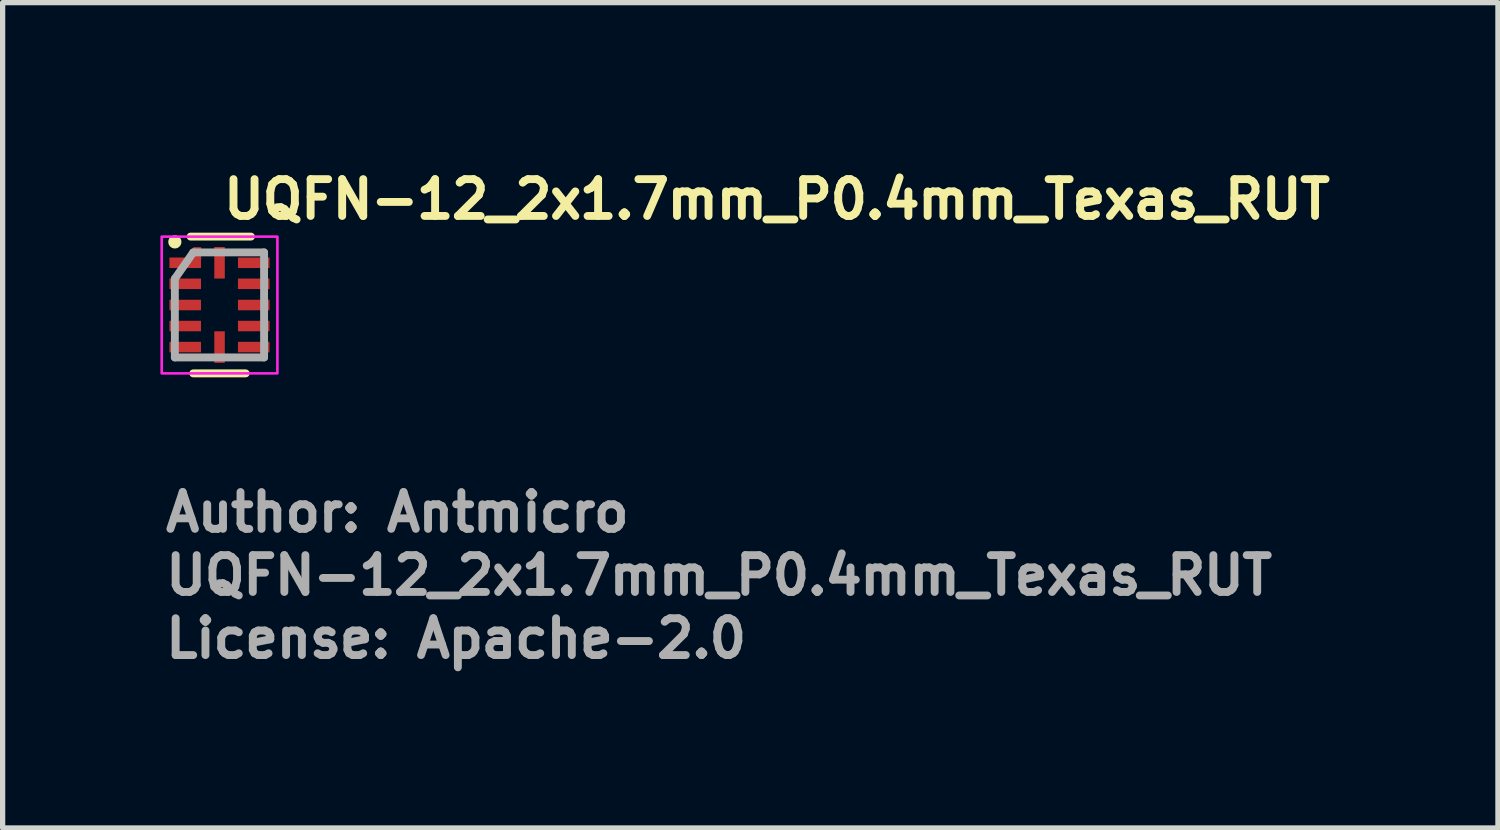
<source format=kicad_pcb>
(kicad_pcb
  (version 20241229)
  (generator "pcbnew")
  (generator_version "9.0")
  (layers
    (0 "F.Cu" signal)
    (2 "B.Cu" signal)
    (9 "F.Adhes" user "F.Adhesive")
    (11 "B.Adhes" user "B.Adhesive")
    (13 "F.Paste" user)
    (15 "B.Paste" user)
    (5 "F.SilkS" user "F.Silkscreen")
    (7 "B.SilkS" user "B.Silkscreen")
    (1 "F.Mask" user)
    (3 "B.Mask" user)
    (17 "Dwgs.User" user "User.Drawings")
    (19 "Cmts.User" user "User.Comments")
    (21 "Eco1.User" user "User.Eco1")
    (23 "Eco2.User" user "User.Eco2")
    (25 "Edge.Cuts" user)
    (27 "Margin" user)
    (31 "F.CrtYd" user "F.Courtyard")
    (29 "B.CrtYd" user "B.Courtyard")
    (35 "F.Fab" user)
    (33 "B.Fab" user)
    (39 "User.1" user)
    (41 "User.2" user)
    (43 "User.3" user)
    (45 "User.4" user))
  (footprint "UQFN-12_2x1.7mm_P0.4mm_Texas_RUT"
    (layer "F.Cu")
    (at 1.125 2.75)
    (property "Reference" "UQFN-12_2x1.7mm_P0.4mm_Texas_RUT" (at 0 -1.6 0) (layer "F.SilkS") (effects (font (size 0.7 0.7) (thickness 0.15)) (justify left bottom)))
    (attr smd)
    (fp_line (start 0.497 1.3) (end -0.5 1.3) (stroke (width 0.15) (type solid)) (layer "F.SilkS"))
    (fp_line (start 0.597 -1.301) (end -0.55 -1.301) (stroke (width 0.15) (type solid)) (layer "F.SilkS"))
    (fp_circle (center -0.85 -1.2) (end -0.8 -1.2) (stroke (width 0.15) (type solid)) (fill yes) (layer "F.SilkS"))
    (fp_rect (start -1.1 -1.3) (end 1.1 1.3) (stroke (width 0.05) (type solid)) (fill no) (layer "F.CrtYd"))
    (fp_line (start -0.85 0.997) (end -0.85 -0.5) (stroke (width 0.15) (type solid)) (layer "F.Fab"))
    (fp_line (start -0.5 -1) (end -0.85 -0.5) (stroke (width 0.15) (type solid)) (layer "F.Fab"))
    (fp_line (start -0.5 -1) (end 0.847 -1) (stroke (width 0.15) (type solid)) (layer "F.Fab"))
    (fp_line (start 0.847 -1) (end 0.847 0.997) (stroke (width 0.15) (type solid)) (layer "F.Fab"))
    (fp_line (start 0.847 0.997) (end -0.85 0.997) (stroke (width 0.15) (type solid)) (layer "F.Fab"))
    (fp_rect (start -0.85 -1) (end 0.848 0.998) (stroke (width 0.1) (type solid)) (fill no) (layer "User.5"))
    (fp_line (start -0.85 -0.902) (end -0.85 -0.701) (stroke (width 0.02) (type solid)) (layer "User.9"))
    (fp_line (start -0.85 -0.701) (end -0.84 -0.701) (stroke (width 0.02) (type solid)) (layer "User.9"))
    (fp_line (start -0.85 -0.5) (end -0.85 -0.3) (stroke (width 0.02) (type solid)) (layer "User.9"))
    (fp_line (start -0.85 -0.3) (end -0.84 -0.3) (stroke (width 0.02) (type solid)) (layer "User.9"))
    (fp_line (start -0.85 -0.102) (end -0.85 0.1) (stroke (width 0.02) (type solid)) (layer "User.9"))
    (fp_line (start -0.85 0.1) (end -0.84 0.1) (stroke (width 0.02) (type solid)) (layer "User.9"))
    (fp_line (start -0.85 0.298) (end -0.85 0.498) (stroke (width 0.02) (type solid)) (layer "User.9"))
    (fp_line (start -0.85 0.498) (end -0.84 0.498) (stroke (width 0.02) (type solid)) (layer "User.9"))
    (fp_line (start -0.85 0.699) (end -0.85 0.9) (stroke (width 0.02) (type solid)) (layer "User.9"))
    (fp_line (start -0.85 0.9) (end -0.84 0.9) (stroke (width 0.02) (type solid)) (layer "User.9"))
    (fp_line (start -0.84 -0.99) (end -0.84 0.988) (stroke (width 0.02) (type solid)) (layer "User.9"))
    (fp_line (start -0.84 -0.99) (end 0.838 -0.99) (stroke (width 0.02) (type solid)) (layer "User.9"))
    (fp_line (start -0.84 -0.902) (end -0.85 -0.902) (stroke (width 0.02) (type solid)) (layer "User.9"))
    (fp_line (start -0.84 -0.5) (end -0.85 -0.5) (stroke (width 0.02) (type solid)) (layer "User.9"))
    (fp_line (start -0.84 -0.102) (end -0.85 -0.102) (stroke (width 0.02) (type solid)) (layer "User.9"))
    (fp_line (start -0.84 0.298) (end -0.85 0.298) (stroke (width 0.02) (type solid)) (layer "User.9"))
    (fp_line (start -0.84 0.699) (end -0.85 0.699) (stroke (width 0.02) (type solid)) (layer "User.9"))
    (fp_line (start -0.84 0.988) (end 0.838 0.988) (stroke (width 0.02) (type solid)) (layer "User.9"))
    (fp_line (start -0.652 -0.652) (end -0.652 -0.652) (stroke (width 0.02) (type solid)) (layer "User.9"))
    (fp_line (start -0.652 -0.652) (end -0.651 -0.644) (stroke (width 0.02) (type solid)) (layer "User.9"))
    (fp_line (start -0.651 -0.667) (end -0.651 -0.659) (stroke (width 0.02) (type solid)) (layer "User.9"))
    (fp_line (start -0.651 -0.659) (end -0.652 -0.652) (stroke (width 0.02) (type solid)) (layer "User.9"))
    (fp_line (start -0.651 -0.644) (end -0.651 -0.635) (stroke (width 0.02) (type solid)) (layer "User.9"))
    (fp_line (start -0.651 -0.635) (end -0.65 -0.628) (stroke (width 0.02) (type solid)) (layer "User.9"))
    (fp_line (start -0.65 -0.674) (end -0.651 -0.667) (stroke (width 0.02) (type solid)) (layer "User.9"))
    (fp_line (start -0.65 -0.628) (end -0.648 -0.62) (stroke (width 0.02) (type solid)) (layer "User.9"))
    (fp_line (start -0.648 -0.682) (end -0.65 -0.674) (stroke (width 0.02) (type solid)) (layer "User.9"))
    (fp_line (start -0.648 -0.62) (end -0.647 -0.613) (stroke (width 0.02) (type solid)) (layer "User.9"))
    (fp_line (start -0.647 -0.689) (end -0.648 -0.682) (stroke (width 0.02) (type solid)) (layer "User.9"))
    (fp_line (start -0.647 -0.613) (end -0.645 -0.606) (stroke (width 0.02) (type solid)) (layer "User.9"))
    (fp_line (start -0.645 -0.696) (end -0.647 -0.689) (stroke (width 0.02) (type solid)) (layer "User.9"))
    (fp_line (start -0.645 -0.606) (end -0.642 -0.599) (stroke (width 0.02) (type solid)) (layer "User.9"))
    (fp_line (start -0.642 -0.703) (end -0.645 -0.696) (stroke (width 0.02) (type solid)) (layer "User.9"))
    (fp_line (start -0.642 -0.599) (end -0.639 -0.592) (stroke (width 0.02) (type solid)) (layer "User.9"))
    (fp_line (start -0.639 -0.709) (end -0.642 -0.703) (stroke (width 0.02) (type solid)) (layer "User.9"))
    (fp_line (start -0.639 -0.592) (end -0.636 -0.585) (stroke (width 0.02) (type solid)) (layer "User.9"))
    (fp_line (start -0.636 -0.716) (end -0.639 -0.709) (stroke (width 0.02) (type solid)) (layer "User.9"))
    (fp_line (start -0.636 -0.585) (end -0.632 -0.579) (stroke (width 0.02) (type solid)) (layer "User.9"))
    (fp_line (start -0.632 -0.722) (end -0.636 -0.716) (stroke (width 0.02) (type solid)) (layer "User.9"))
    (fp_line (start -0.632 -0.579) (end -0.629 -0.574) (stroke (width 0.02) (type solid)) (layer "User.9"))
    (fp_line (start -0.629 -0.728) (end -0.632 -0.722) (stroke (width 0.02) (type solid)) (layer "User.9"))
    (fp_line (start -0.629 -0.574) (end -0.625 -0.568) (stroke (width 0.02) (type solid)) (layer "User.9"))
    (fp_line (start -0.625 -0.734) (end -0.629 -0.728) (stroke (width 0.02) (type solid)) (layer "User.9"))
    (fp_line (start -0.625 -0.568) (end -0.621 -0.562) (stroke (width 0.02) (type solid)) (layer "User.9"))
    (fp_line (start -0.621 -0.74) (end -0.625 -0.734) (stroke (width 0.02) (type solid)) (layer "User.9"))
    (fp_line (start -0.621 -0.562) (end -0.616 -0.556) (stroke (width 0.02) (type solid)) (layer "User.9"))
    (fp_line (start -0.616 -0.746) (end -0.621 -0.74) (stroke (width 0.02) (type solid)) (layer "User.9"))
    (fp_line (start -0.616 -0.556) (end -0.612 -0.551) (stroke (width 0.02) (type solid)) (layer "User.9"))
    (fp_line (start -0.612 -0.751) (end -0.616 -0.746) (stroke (width 0.02) (type solid)) (layer "User.9"))
    (fp_line (start -0.612 -0.551) (end -0.607 -0.545) (stroke (width 0.02) (type solid)) (layer "User.9"))
    (fp_line (start -0.607 -0.757) (end -0.612 -0.751) (stroke (width 0.02) (type solid)) (layer "User.9"))
    (fp_line (start -0.607 -0.545) (end -0.601 -0.54) (stroke (width 0.02) (type solid)) (layer "User.9"))
    (fp_line (start -0.601 -0.762) (end -0.607 -0.757) (stroke (width 0.02) (type solid)) (layer "User.9"))
    (fp_line (start -0.601 -0.54) (end -0.596 -0.536) (stroke (width 0.02) (type solid)) (layer "User.9"))
    (fp_line (start -0.596 -0.766) (end -0.601 -0.762) (stroke (width 0.02) (type solid)) (layer "User.9"))
    (fp_line (start -0.596 -0.536) (end -0.59 -0.531) (stroke (width 0.02) (type solid)) (layer "User.9"))
    (fp_line (start -0.59 -0.772) (end -0.596 -0.766) (stroke (width 0.02) (type solid)) (layer "User.9"))
    (fp_line (start -0.59 -0.531) (end -0.584 -0.527) (stroke (width 0.02) (type solid)) (layer "User.9"))
    (fp_line (start -0.584 -0.776) (end -0.59 -0.772) (stroke (width 0.02) (type solid)) (layer "User.9"))
    (fp_line (start -0.584 -0.527) (end -0.578 -0.523) (stroke (width 0.02) (type solid)) (layer "User.9"))
    (fp_line (start -0.578 -0.78) (end -0.584 -0.776) (stroke (width 0.02) (type solid)) (layer "User.9"))
    (fp_line (start -0.578 -0.523) (end -0.573 -0.52) (stroke (width 0.02) (type solid)) (layer "User.9"))
    (fp_line (start -0.573 -0.783) (end -0.578 -0.78) (stroke (width 0.02) (type solid)) (layer "User.9"))
    (fp_line (start -0.573 -0.52) (end -0.567 -0.516) (stroke (width 0.02) (type solid)) (layer "User.9"))
    (fp_line (start -0.567 -0.787) (end -0.573 -0.783) (stroke (width 0.02) (type solid)) (layer "User.9"))
    (fp_line (start -0.567 -0.516) (end -0.56 -0.512) (stroke (width 0.02) (type solid)) (layer "User.9"))
    (fp_line (start -0.56 -0.79) (end -0.567 -0.787) (stroke (width 0.02) (type solid)) (layer "User.9"))
    (fp_line (start -0.56 -0.512) (end -0.553 -0.51) (stroke (width 0.02) (type solid)) (layer "User.9"))
    (fp_line (start -0.553 -0.792) (end -0.56 -0.79) (stroke (width 0.02) (type solid)) (layer "User.9"))
    (fp_line (start -0.553 -0.51) (end -0.546 -0.507) (stroke (width 0.02) (type solid)) (layer "User.9"))
    (fp_line (start -0.546 -0.795) (end -0.553 -0.792) (stroke (width 0.02) (type solid)) (layer "User.9"))
    (fp_line (start -0.546 -0.507) (end -0.539 -0.505) (stroke (width 0.02) (type solid)) (layer "User.9"))
    (fp_line (start -0.539 -0.797) (end -0.546 -0.795) (stroke (width 0.02) (type solid)) (layer "User.9"))
    (fp_line (start -0.539 -0.505) (end -0.532 -0.504) (stroke (width 0.02) (type solid)) (layer "User.9"))
    (fp_line (start -0.532 -0.798) (end -0.539 -0.797) (stroke (width 0.02) (type solid)) (layer "User.9"))
    (fp_line (start -0.532 -0.504) (end -0.524 -0.502) (stroke (width 0.02) (type solid)) (layer "User.9"))
    (fp_line (start -0.524 -0.8) (end -0.532 -0.798) (stroke (width 0.02) (type solid)) (layer "User.9"))
    (fp_line (start -0.524 -0.502) (end -0.517 -0.501) (stroke (width 0.02) (type solid)) (layer "User.9"))
    (fp_line (start -0.517 -0.801) (end -0.524 -0.8) (stroke (width 0.02) (type solid)) (layer "User.9"))
    (fp_line (start -0.517 -0.501) (end -0.508 -0.501) (stroke (width 0.02) (type solid)) (layer "User.9"))
    (fp_line (start -0.508 -0.801) (end -0.517 -0.801) (stroke (width 0.02) (type solid)) (layer "User.9"))
    (fp_line (start -0.508 -0.501) (end -0.5 -0.5) (stroke (width 0.02) (type solid)) (layer "User.9"))
    (fp_line (start -0.5 -0.802) (end -0.508 -0.801) (stroke (width 0.02) (type solid)) (layer "User.9"))
    (fp_line (start -0.5 -0.802) (end -0.5 -0.802) (stroke (width 0.02) (type solid)) (layer "User.9"))
    (fp_line (start -0.5 -0.5) (end -0.5 -0.5) (stroke (width 0.02) (type solid)) (layer "User.9"))
    (fp_line (start -0.5 -0.5) (end -0.493 -0.501) (stroke (width 0.02) (type solid)) (layer "User.9"))
    (fp_line (start -0.493 -0.801) (end -0.5 -0.802) (stroke (width 0.02) (type solid)) (layer "User.9"))
    (fp_line (start -0.493 -0.501) (end -0.485 -0.501) (stroke (width 0.02) (type solid)) (layer "User.9"))
    (fp_line (start -0.485 -0.801) (end -0.493 -0.801) (stroke (width 0.02) (type solid)) (layer "User.9"))
    (fp_line (start -0.485 -0.501) (end -0.479 -0.502) (stroke (width 0.02) (type solid)) (layer "User.9"))
    (fp_line (start -0.479 -0.8) (end -0.485 -0.801) (stroke (width 0.02) (type solid)) (layer "User.9"))
    (fp_line (start -0.479 -0.502) (end -0.471 -0.504) (stroke (width 0.02) (type solid)) (layer "User.9"))
    (fp_line (start -0.471 -0.798) (end -0.479 -0.8) (stroke (width 0.02) (type solid)) (layer "User.9"))
    (fp_line (start -0.471 -0.504) (end -0.464 -0.505) (stroke (width 0.02) (type solid)) (layer "User.9"))
    (fp_line (start -0.464 -0.797) (end -0.471 -0.798) (stroke (width 0.02) (type solid)) (layer "User.9"))
    (fp_line (start -0.464 -0.505) (end -0.457 -0.507) (stroke (width 0.02) (type solid)) (layer "User.9"))
    (fp_line (start -0.457 -0.795) (end -0.464 -0.797) (stroke (width 0.02) (type solid)) (layer "User.9"))
    (fp_line (start -0.457 -0.507) (end -0.45 -0.51) (stroke (width 0.02) (type solid)) (layer "User.9"))
    (fp_line (start -0.45 -0.792) (end -0.457 -0.795) (stroke (width 0.02) (type solid)) (layer "User.9"))
    (fp_line (start -0.45 -0.51) (end -0.442 -0.512) (stroke (width 0.02) (type solid)) (layer "User.9"))
    (fp_line (start -0.442 -0.79) (end -0.45 -0.792) (stroke (width 0.02) (type solid)) (layer "User.9"))
    (fp_line (start -0.442 -0.512) (end -0.435 -0.516) (stroke (width 0.02) (type solid)) (layer "User.9"))
    (fp_line (start -0.435 -0.787) (end -0.442 -0.79) (stroke (width 0.02) (type solid)) (layer "User.9"))
    (fp_line (start -0.435 -0.516) (end -0.429 -0.52) (stroke (width 0.02) (type solid)) (layer "User.9"))
    (fp_line (start -0.429 -0.783) (end -0.435 -0.787) (stroke (width 0.02) (type solid)) (layer "User.9"))
    (fp_line (start -0.429 -0.52) (end -0.423 -0.523) (stroke (width 0.02) (type solid)) (layer "User.9"))
    (fp_line (start -0.423 -0.78) (end -0.429 -0.783) (stroke (width 0.02) (type solid)) (layer "User.9"))
    (fp_line (start -0.423 -0.523) (end -0.417 -0.527) (stroke (width 0.02) (type solid)) (layer "User.9"))
    (fp_line (start -0.417 -0.776) (end -0.423 -0.78) (stroke (width 0.02) (type solid)) (layer "User.9"))
    (fp_line (start -0.417 -0.527) (end -0.412 -0.531) (stroke (width 0.02) (type solid)) (layer "User.9"))
    (fp_line (start -0.412 -0.772) (end -0.417 -0.776) (stroke (width 0.02) (type solid)) (layer "User.9"))
    (fp_line (start -0.412 -0.531) (end -0.406 -0.536) (stroke (width 0.02) (type solid)) (layer "User.9"))
    (fp_line (start -0.406 -0.766) (end -0.412 -0.772) (stroke (width 0.02) (type solid)) (layer "User.9"))
    (fp_line (start -0.406 -0.536) (end -0.401 -0.54) (stroke (width 0.02) (type solid)) (layer "User.9"))
    (fp_line (start -0.401 -0.762) (end -0.406 -0.766) (stroke (width 0.02) (type solid)) (layer "User.9"))
    (fp_line (start -0.401 -0.54) (end -0.395 -0.545) (stroke (width 0.02) (type solid)) (layer "User.9"))
    (fp_line (start -0.395 -0.757) (end -0.401 -0.762) (stroke (width 0.02) (type solid)) (layer "User.9"))
    (fp_line (start -0.395 -0.545) (end -0.39 -0.551) (stroke (width 0.02) (type solid)) (layer "User.9"))
    (fp_line (start -0.39 -0.751) (end -0.395 -0.757) (stroke (width 0.02) (type solid)) (layer "User.9"))
    (fp_line (start -0.39 -0.551) (end -0.386 -0.556) (stroke (width 0.02) (type solid)) (layer "User.9"))
    (fp_line (start -0.386 -0.746) (end -0.39 -0.751) (stroke (width 0.02) (type solid)) (layer "User.9"))
    (fp_line (start -0.386 -0.556) (end -0.38 -0.562) (stroke (width 0.02) (type solid)) (layer "User.9"))
    (fp_line (start -0.38 -0.74) (end -0.386 -0.746) (stroke (width 0.02) (type solid)) (layer "User.9"))
    (fp_line (start -0.38 -0.562) (end -0.376 -0.568) (stroke (width 0.02) (type solid)) (layer "User.9"))
    (fp_line (start -0.376 -0.734) (end -0.38 -0.74) (stroke (width 0.02) (type solid)) (layer "User.9"))
    (fp_line (start -0.376 -0.568) (end -0.372 -0.574) (stroke (width 0.02) (type solid)) (layer "User.9"))
    (fp_line (start -0.372 -0.728) (end -0.376 -0.734) (stroke (width 0.02) (type solid)) (layer "User.9"))
    (fp_line (start -0.372 -0.574) (end -0.369 -0.579) (stroke (width 0.02) (type solid)) (layer "User.9"))
    (fp_line (start -0.369 -0.722) (end -0.372 -0.728) (stroke (width 0.02) (type solid)) (layer "User.9"))
    (fp_line (start -0.369 -0.579) (end -0.365 -0.585) (stroke (width 0.02) (type solid)) (layer "User.9"))
    (fp_line (start -0.365 -0.716) (end -0.369 -0.722) (stroke (width 0.02) (type solid)) (layer "User.9"))
    (fp_line (start -0.365 -0.585) (end -0.362 -0.592) (stroke (width 0.02) (type solid)) (layer "User.9"))
    (fp_line (start -0.362 -0.709) (end -0.365 -0.716) (stroke (width 0.02) (type solid)) (layer "User.9"))
    (fp_line (start -0.362 -0.592) (end -0.36 -0.599) (stroke (width 0.02) (type solid)) (layer "User.9"))
    (fp_line (start -0.36 -0.703) (end -0.362 -0.709) (stroke (width 0.02) (type solid)) (layer "User.9"))
    (fp_line (start -0.36 -0.599) (end -0.357 -0.606) (stroke (width 0.02) (type solid)) (layer "User.9"))
    (fp_line (start -0.357 -0.696) (end -0.36 -0.703) (stroke (width 0.02) (type solid)) (layer "User.9"))
    (fp_line (start -0.357 -0.606) (end -0.355 -0.613) (stroke (width 0.02) (type solid)) (layer "User.9"))
    (fp_line (start -0.355 -0.689) (end -0.357 -0.696) (stroke (width 0.02) (type solid)) (layer "User.9"))
    (fp_line (start -0.355 -0.613) (end -0.354 -0.62) (stroke (width 0.02) (type solid)) (layer "User.9"))
    (fp_line (start -0.354 -0.682) (end -0.355 -0.689) (stroke (width 0.02) (type solid)) (layer "User.9"))
    (fp_line (start -0.354 -0.62) (end -0.352 -0.628) (stroke (width 0.02) (type solid)) (layer "User.9"))
    (fp_line (start -0.352 -0.674) (end -0.354 -0.682) (stroke (width 0.02) (type solid)) (layer "User.9"))
    (fp_line (start -0.352 -0.667) (end -0.352 -0.674) (stroke (width 0.02) (type solid)) (layer "User.9"))
    (fp_line (start -0.352 -0.659) (end -0.352 -0.667) (stroke (width 0.02) (type solid)) (layer "User.9"))
    (fp_line (start -0.352 -0.644) (end -0.351 -0.652) (stroke (width 0.02) (type solid)) (layer "User.9"))
    (fp_line (start -0.352 -0.635) (end -0.352 -0.644) (stroke (width 0.02) (type solid)) (layer "User.9"))
    (fp_line (start -0.352 -0.628) (end -0.352 -0.635) (stroke (width 0.02) (type solid)) (layer "User.9"))
    (fp_line (start -0.351 -0.652) (end -0.352 -0.659) (stroke (width 0.02) (type solid)) (layer "User.9"))
    (fp_line (start -0.351 -0.652) (end -0.351 -0.652) (stroke (width 0.02) (type solid)) (layer "User.9"))
    (fp_line (start -0.351 -0.652) (end -0.351 -0.652) (stroke (width 0.02) (type solid)) (layer "User.9"))
    (fp_line (start -0.102 -1) (end -0.102 -0.99) (stroke (width 0.02) (type solid)) (layer "User.9"))
    (fp_line (start -0.102 0.988) (end -0.102 0.998) (stroke (width 0.02) (type solid)) (layer "User.9"))
    (fp_line (start -0.102 0.998) (end 0.1 0.998) (stroke (width 0.02) (type solid)) (layer "User.9"))
    (fp_line (start 0.1 -1) (end -0.102 -1) (stroke (width 0.02) (type solid)) (layer "User.9"))
    (fp_line (start 0.1 -0.99) (end 0.1 -1) (stroke (width 0.02) (type solid)) (layer "User.9"))
    (fp_line (start 0.1 0.998) (end 0.1 0.988) (stroke (width 0.02) (type solid)) (layer "User.9"))
    (fp_line (start 0.838 -0.99) (end 0.838 0.988) (stroke (width 0.02) (type solid)) (layer "User.9"))
    (fp_line (start 0.838 -0.701) (end 0.848 -0.701) (stroke (width 0.02) (type solid)) (layer "User.9"))
    (fp_line (start 0.838 -0.3) (end 0.848 -0.3) (stroke (width 0.02) (type solid)) (layer "User.9"))
    (fp_line (start 0.838 0.1) (end 0.848 0.1) (stroke (width 0.02) (type solid)) (layer "User.9"))
    (fp_line (start 0.838 0.498) (end 0.848 0.498) (stroke (width 0.02) (type solid)) (layer "User.9"))
    (fp_line (start 0.838 0.9) (end 0.848 0.9) (stroke (width 0.02) (type solid)) (layer "User.9"))
    (fp_line (start 0.848 -0.902) (end 0.838 -0.902) (stroke (width 0.02) (type solid)) (layer "User.9"))
    (fp_line (start 0.848 -0.701) (end 0.848 -0.902) (stroke (width 0.02) (type solid)) (layer "User.9"))
    (fp_line (start 0.848 -0.5) (end 0.838 -0.5) (stroke (width 0.02) (type solid)) (layer "User.9"))
    (fp_line (start 0.848 -0.3) (end 0.848 -0.5) (stroke (width 0.02) (type solid)) (layer "User.9"))
    (fp_line (start 0.848 -0.102) (end 0.838 -0.102) (stroke (width 0.02) (type solid)) (layer "User.9"))
    (fp_line (start 0.848 0.1) (end 0.848 -0.102) (stroke (width 0.02) (type solid)) (layer "User.9"))
    (fp_line (start 0.848 0.298) (end 0.838 0.298) (stroke (width 0.02) (type solid)) (layer "User.9"))
    (fp_line (start 0.848 0.498) (end 0.848 0.298) (stroke (width 0.02) (type solid)) (layer "User.9"))
    (fp_line (start 0.848 0.699) (end 0.838 0.699) (stroke (width 0.02) (type solid)) (layer "User.9"))
    (fp_line (start 0.848 0.9) (end 0.848 0.699) (stroke (width 0.02) (type solid)) (layer "User.9"))
    (fp_text user "${REFERENCE}" (at -1.1 5.55 0) (layer "F.Fab") (effects (font (size 0.7 0.7) (thickness 0.15)) (justify left bottom)))
    (fp_text user "Author: Antmicro" (at -1.1 4.35 0) (layer "F.Fab") (effects (font (size 0.7 0.7) (thickness 0.15)) (justify left bottom)))
    (fp_text user "License: Apache-2.0" (at -1.1 6.75 0) (layer "F.Fab") (effects (font (size 0.7 0.7) (thickness 0.15)) (justify left bottom)))
    (pad "1" smd rect (at -0.653 -0.803 270) (size 0.2 0.6) (layers "F.Cu" "F.Mask" "F.Paste"))
    (pad "1" smd rect (at -0.425 -0.975) (size 0.15 0.25) (layers "F.Cu" "F.Mask" "F.Paste"))
    (pad "2" smd rect (at -0.653 -0.403 270) (size 0.2 0.6) (layers "F.Cu" "F.Mask" "F.Paste"))
    (pad "3" smd rect (at -0.653 0 270) (size 0.2 0.6) (layers "F.Cu" "F.Mask" "F.Paste"))
    (pad "4" smd rect (at -0.653 0.4 270) (size 0.2 0.6) (layers "F.Cu" "F.Mask" "F.Paste"))
    (pad "5" smd rect (at -0.653 0.8 270) (size 0.2 0.6) (layers "F.Cu" "F.Mask" "F.Paste"))
    (pad "6" smd rect (at 0 0.8 270) (size 0.6 0.2) (layers "F.Cu" "F.Mask" "F.Paste"))
    (pad "7" smd rect (at 0.65 0.8 270) (size 0.2 0.6) (layers "F.Cu" "F.Mask" "F.Paste"))
    (pad "8" smd rect (at 0.65 0.4 270) (size 0.2 0.6) (layers "F.Cu" "F.Mask" "F.Paste"))
    (pad "9" smd rect (at 0.65 0 270) (size 0.2 0.6) (layers "F.Cu" "F.Mask" "F.Paste"))
    (pad "10" smd rect (at 0.65 -0.403 270) (size 0.2 0.6) (layers "F.Cu" "F.Mask" "F.Paste"))
    (pad "11" smd rect (at 0.65 -0.803 270) (size 0.2 0.6) (layers "F.Cu" "F.Mask" "F.Paste"))
    (pad "12" smd rect (at 0 -0.803 270) (size 0.6 0.2) (layers "F.Cu" "F.Mask" "F.Paste")))
  (gr_rect
    (start -3 -3)
    (end 25.435 12.695)
    (stroke (width 0.1) (type default))
    (fill no)
    (layer "Edge.Cuts")))
</source>
